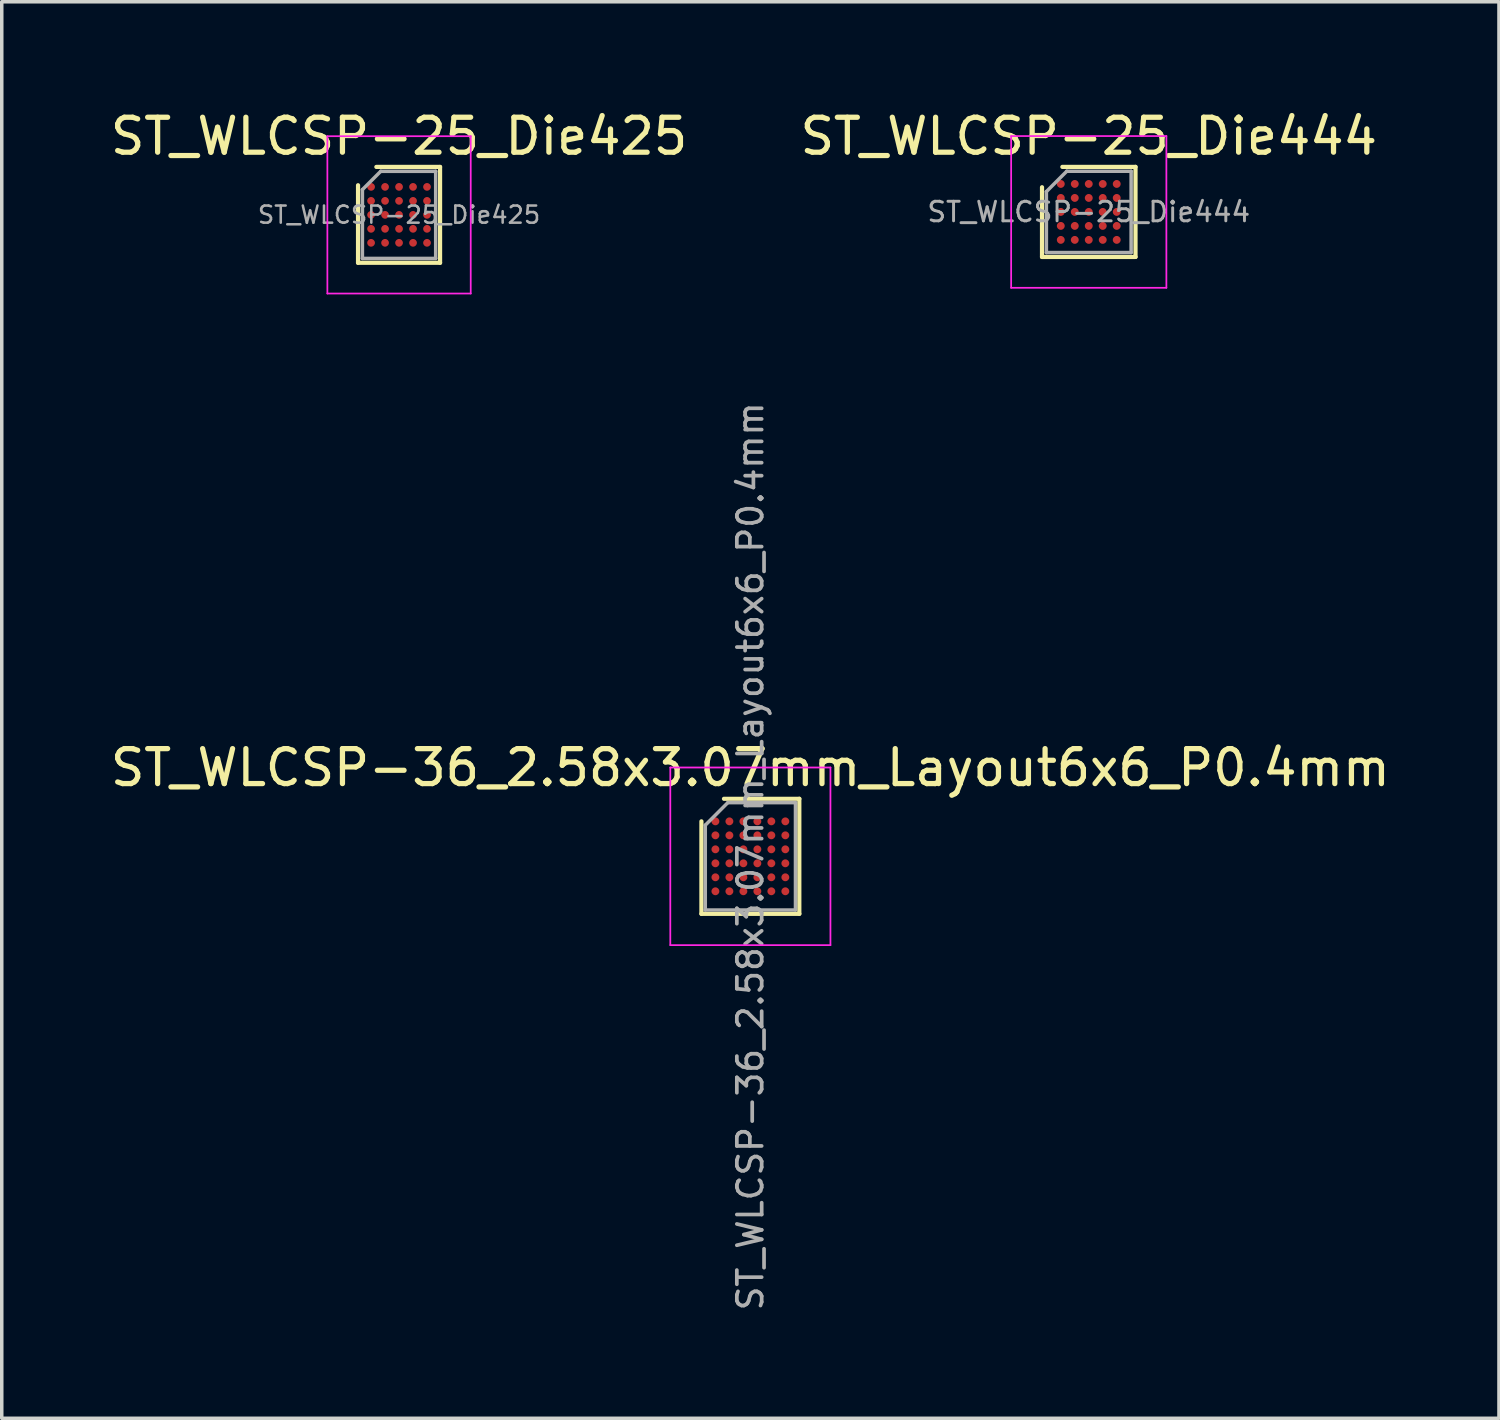
<source format=kicad_pcb>
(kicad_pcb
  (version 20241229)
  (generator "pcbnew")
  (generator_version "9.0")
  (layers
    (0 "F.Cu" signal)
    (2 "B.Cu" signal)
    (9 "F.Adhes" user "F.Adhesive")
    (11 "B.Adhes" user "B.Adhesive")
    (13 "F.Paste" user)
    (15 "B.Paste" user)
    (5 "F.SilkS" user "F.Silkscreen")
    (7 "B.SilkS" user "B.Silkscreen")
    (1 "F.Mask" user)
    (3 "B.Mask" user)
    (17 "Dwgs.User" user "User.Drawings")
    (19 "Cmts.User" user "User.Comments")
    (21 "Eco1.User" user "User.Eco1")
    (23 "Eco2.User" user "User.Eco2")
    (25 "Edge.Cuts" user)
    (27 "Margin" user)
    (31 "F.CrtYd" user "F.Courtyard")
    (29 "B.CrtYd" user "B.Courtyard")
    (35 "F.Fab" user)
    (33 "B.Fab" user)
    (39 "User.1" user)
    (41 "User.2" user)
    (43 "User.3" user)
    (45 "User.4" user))
  (footprint "ST_WLCSP-25_Die425"
    (layer "F.Cu")
    (at 8.363 3.095)
    (property "Reference" "ST_WLCSP-25_Die425" (at 0 -2.247 0) (layer "F.SilkS") (effects (font (size 1 1) (thickness 0.15))))
    (attr smd)
    (fp_line (start -1.173 1.371) (end -1.173 -0.847) (stroke (width 0.12) (type solid)) (layer "F.SilkS"))
    (fp_line (start -0.649 -1.371) (end 1.173 -1.371) (stroke (width 0.12) (type solid)) (layer "F.SilkS"))
    (fp_line (start 1.173 -1.371) (end 1.173 1.371) (stroke (width 0.12) (type solid)) (layer "F.SilkS"))
    (fp_line (start 1.173 1.371) (end -1.173 1.371) (stroke (width 0.12) (type solid)) (layer "F.SilkS"))
    (fp_line (start -2.05 -2.25) (end -2.05 2.25) (stroke (width 0.05) (type solid)) (layer "F.CrtYd"))
    (fp_line (start -2.05 2.25) (end 2.05 2.25) (stroke (width 0.05) (type solid)) (layer "F.CrtYd"))
    (fp_line (start 2.05 -2.25) (end -2.05 -2.25) (stroke (width 0.05) (type solid)) (layer "F.CrtYd"))
    (fp_line (start 2.05 2.25) (end 2.05 -2.25) (stroke (width 0.05) (type solid)) (layer "F.CrtYd"))
    (fp_line (start -1.048 -0.722) (end -0.524 -1.246) (stroke (width 0.1) (type solid)) (layer "F.Fab"))
    (fp_line (start -1.048 1.246) (end -1.048 -0.722) (stroke (width 0.1) (type solid)) (layer "F.Fab"))
    (fp_line (start -0.524 -1.246) (end 1.048 -1.246) (stroke (width 0.1) (type solid)) (layer "F.Fab"))
    (fp_line (start 1.048 -1.246) (end 1.048 1.246) (stroke (width 0.1) (type solid)) (layer "F.Fab"))
    (fp_line (start 1.048 1.246) (end -1.048 1.246) (stroke (width 0.1) (type solid)) (layer "F.Fab"))
    (fp_text user "${REFERENCE}" (at 0 0 0) (layer "F.Fab") (effects (font (size 0.49 0.49) (thickness 0.073))))
    (pad "A1" smd circle (at -0.8 -0.8) (size 0.22 0.22) (layers "F.Cu" "F.Mask" "F.Paste"))
    (pad "A2" smd circle (at -0.4 -0.8) (size 0.22 0.22) (layers "F.Cu" "F.Mask" "F.Paste"))
    (pad "A3" smd circle (at 0 -0.8) (size 0.22 0.22) (layers "F.Cu" "F.Mask" "F.Paste"))
    (pad "A4" smd circle (at 0.4 -0.8) (size 0.22 0.22) (layers "F.Cu" "F.Mask" "F.Paste"))
    (pad "A5" smd circle (at 0.8 -0.8) (size 0.22 0.22) (layers "F.Cu" "F.Mask" "F.Paste"))
    (pad "B1" smd circle (at -0.8 -0.4) (size 0.22 0.22) (layers "F.Cu" "F.Mask" "F.Paste"))
    (pad "B2" smd circle (at -0.4 -0.4) (size 0.22 0.22) (layers "F.Cu" "F.Mask" "F.Paste"))
    (pad "B3" smd circle (at 0 -0.4) (size 0.22 0.22) (layers "F.Cu" "F.Mask" "F.Paste"))
    (pad "B4" smd circle (at 0.4 -0.4) (size 0.22 0.22) (layers "F.Cu" "F.Mask" "F.Paste"))
    (pad "B5" smd circle (at 0.8 -0.4) (size 0.22 0.22) (layers "F.Cu" "F.Mask" "F.Paste"))
    (pad "C1" smd circle (at -0.8 0) (size 0.22 0.22) (layers "F.Cu" "F.Mask" "F.Paste"))
    (pad "C2" smd circle (at -0.4 0) (size 0.22 0.22) (layers "F.Cu" "F.Mask" "F.Paste"))
    (pad "C3" smd circle (at 0 0) (size 0.22 0.22) (layers "F.Cu" "F.Mask" "F.Paste"))
    (pad "C4" smd circle (at 0.4 0) (size 0.22 0.22) (layers "F.Cu" "F.Mask" "F.Paste"))
    (pad "C5" smd circle (at 0.8 0) (size 0.22 0.22) (layers "F.Cu" "F.Mask" "F.Paste"))
    (pad "D1" smd circle (at -0.8 0.4) (size 0.22 0.22) (layers "F.Cu" "F.Mask" "F.Paste"))
    (pad "D2" smd circle (at -0.4 0.4) (size 0.22 0.22) (layers "F.Cu" "F.Mask" "F.Paste"))
    (pad "D3" smd circle (at 0 0.4) (size 0.22 0.22) (layers "F.Cu" "F.Mask" "F.Paste"))
    (pad "D4" smd circle (at 0.4 0.4) (size 0.22 0.22) (layers "F.Cu" "F.Mask" "F.Paste"))
    (pad "D5" smd circle (at 0.8 0.4) (size 0.22 0.22) (layers "F.Cu" "F.Mask" "F.Paste"))
    (pad "E1" smd circle (at -0.8 0.8) (size 0.22 0.22) (layers "F.Cu" "F.Mask" "F.Paste"))
    (pad "E2" smd circle (at -0.4 0.8) (size 0.22 0.22) (layers "F.Cu" "F.Mask" "F.Paste"))
    (pad "E3" smd circle (at 0 0.8) (size 0.22 0.22) (layers "F.Cu" "F.Mask" "F.Paste"))
    (pad "E4" smd circle (at 0.4 0.8) (size 0.22 0.22) (layers "F.Cu" "F.Mask" "F.Paste"))
    (pad "E5" smd circle (at 0.8 0.8) (size 0.22 0.22) (layers "F.Cu" "F.Mask" "F.Paste")))
  (footprint "ST_WLCSP-36_2.58x3.07mm_Layout6x6_P0.4mm"
    (layer "F.Cu")
    (at 18.411 21.441)
    (property "Reference" "ST_WLCSP-36_2.58x3.07mm_Layout6x6_P0.4mm" (at 0 -2.535 0) (layer "F.SilkS") (effects (font (size 1 1) (thickness 0.15))))
    (attr smd)
    (fp_line (start -1.4 1.645) (end -1.4 -1) (stroke (width 0.12) (type solid)) (layer "F.SilkS"))
    (fp_line (start -0.755 -1.645) (end 1.4 -1.645) (stroke (width 0.12) (type solid)) (layer "F.SilkS"))
    (fp_line (start 1.4 -1.645) (end 1.4 1.645) (stroke (width 0.12) (type solid)) (layer "F.SilkS"))
    (fp_line (start 1.4 1.645) (end -1.4 1.645) (stroke (width 0.12) (type solid)) (layer "F.SilkS"))
    (fp_line (start -2.29 -2.54) (end -2.29 2.54) (stroke (width 0.05) (type solid)) (layer "F.CrtYd"))
    (fp_line (start -2.29 2.54) (end 2.29 2.54) (stroke (width 0.05) (type solid)) (layer "F.CrtYd"))
    (fp_line (start 2.29 -2.54) (end -2.29 -2.54) (stroke (width 0.05) (type solid)) (layer "F.CrtYd"))
    (fp_line (start 2.29 2.54) (end 2.29 -2.54) (stroke (width 0.05) (type solid)) (layer "F.CrtYd"))
    (fp_line (start -1.29 -0.89) (end -0.645 -1.535) (stroke (width 0.1) (type solid)) (layer "F.Fab"))
    (fp_line (start -1.29 1.535) (end -1.29 -0.89) (stroke (width 0.1) (type solid)) (layer "F.Fab"))
    (fp_line (start -0.645 -1.535) (end 1.29 -1.535) (stroke (width 0.1) (type solid)) (layer "F.Fab"))
    (fp_line (start 1.29 -1.535) (end 1.29 1.535) (stroke (width 0.1) (type solid)) (layer "F.Fab"))
    (fp_line (start 1.29 1.535) (end -1.29 1.535) (stroke (width 0.1) (type solid)) (layer "F.Fab"))
    (fp_text user "${REFERENCE}" (at 0 0 270) (layer "F.Fab") (effects (font (size 0.71 0.71) (thickness 0.106))))
    (pad "A1" smd circle (at -1 -1) (size 0.225 0.225) (layers "F.Cu" "F.Mask" "F.Paste"))
    (pad "A2" smd circle (at -0.6 -1) (size 0.225 0.225) (layers "F.Cu" "F.Mask" "F.Paste"))
    (pad "A3" smd circle (at -0.2 -1) (size 0.225 0.225) (layers "F.Cu" "F.Mask" "F.Paste"))
    (pad "A4" smd circle (at 0.2 -1) (size 0.225 0.225) (layers "F.Cu" "F.Mask" "F.Paste"))
    (pad "A5" smd circle (at 0.6 -1) (size 0.225 0.225) (layers "F.Cu" "F.Mask" "F.Paste"))
    (pad "A6" smd circle (at 1 -1) (size 0.225 0.225) (layers "F.Cu" "F.Mask" "F.Paste"))
    (pad "B1" smd circle (at -1 -0.6) (size 0.225 0.225) (layers "F.Cu" "F.Mask" "F.Paste"))
    (pad "B2" smd circle (at -0.6 -0.6) (size 0.225 0.225) (layers "F.Cu" "F.Mask" "F.Paste"))
    (pad "B3" smd circle (at -0.2 -0.6) (size 0.225 0.225) (layers "F.Cu" "F.Mask" "F.Paste"))
    (pad "B4" smd circle (at 0.2 -0.6) (size 0.225 0.225) (layers "F.Cu" "F.Mask" "F.Paste"))
    (pad "B5" smd circle (at 0.6 -0.6) (size 0.225 0.225) (layers "F.Cu" "F.Mask" "F.Paste"))
    (pad "B6" smd circle (at 1 -0.6) (size 0.225 0.225) (layers "F.Cu" "F.Mask" "F.Paste"))
    (pad "C1" smd circle (at -1 -0.2) (size 0.225 0.225) (layers "F.Cu" "F.Mask" "F.Paste"))
    (pad "C2" smd circle (at -0.6 -0.2) (size 0.225 0.225) (layers "F.Cu" "F.Mask" "F.Paste"))
    (pad "C3" smd circle (at -0.2 -0.2) (size 0.225 0.225) (layers "F.Cu" "F.Mask" "F.Paste"))
    (pad "C4" smd circle (at 0.2 -0.2) (size 0.225 0.225) (layers "F.Cu" "F.Mask" "F.Paste"))
    (pad "C5" smd circle (at 0.6 -0.2) (size 0.225 0.225) (layers "F.Cu" "F.Mask" "F.Paste"))
    (pad "C6" smd circle (at 1 -0.2) (size 0.225 0.225) (layers "F.Cu" "F.Mask" "F.Paste"))
    (pad "D1" smd circle (at -1 0.2) (size 0.225 0.225) (layers "F.Cu" "F.Mask" "F.Paste"))
    (pad "D2" smd circle (at -0.6 0.2) (size 0.225 0.225) (layers "F.Cu" "F.Mask" "F.Paste"))
    (pad "D3" smd circle (at -0.2 0.2) (size 0.225 0.225) (layers "F.Cu" "F.Mask" "F.Paste"))
    (pad "D4" smd circle (at 0.2 0.2) (size 0.225 0.225) (layers "F.Cu" "F.Mask" "F.Paste"))
    (pad "D5" smd circle (at 0.6 0.2) (size 0.225 0.225) (layers "F.Cu" "F.Mask" "F.Paste"))
    (pad "D6" smd circle (at 1 0.2) (size 0.225 0.225) (layers "F.Cu" "F.Mask" "F.Paste"))
    (pad "E1" smd circle (at -1 0.6) (size 0.225 0.225) (layers "F.Cu" "F.Mask" "F.Paste"))
    (pad "E2" smd circle (at -0.6 0.6) (size 0.225 0.225) (layers "F.Cu" "F.Mask" "F.Paste"))
    (pad "E3" smd circle (at -0.2 0.6) (size 0.225 0.225) (layers "F.Cu" "F.Mask" "F.Paste"))
    (pad "E4" smd circle (at 0.2 0.6) (size 0.225 0.225) (layers "F.Cu" "F.Mask" "F.Paste"))
    (pad "E5" smd circle (at 0.6 0.6) (size 0.225 0.225) (layers "F.Cu" "F.Mask" "F.Paste"))
    (pad "E6" smd circle (at 1 0.6) (size 0.225 0.225) (layers "F.Cu" "F.Mask" "F.Paste"))
    (pad "F1" smd circle (at -1 1) (size 0.225 0.225) (layers "F.Cu" "F.Mask" "F.Paste"))
    (pad "F2" smd circle (at -0.6 1) (size 0.225 0.225) (layers "F.Cu" "F.Mask" "F.Paste"))
    (pad "F3" smd circle (at -0.2 1) (size 0.225 0.225) (layers "F.Cu" "F.Mask" "F.Paste"))
    (pad "F4" smd circle (at 0.2 1) (size 0.225 0.225) (layers "F.Cu" "F.Mask" "F.Paste"))
    (pad "F5" smd circle (at 0.6 1) (size 0.225 0.225) (layers "F.Cu" "F.Mask" "F.Paste"))
    (pad "F6" smd circle (at 1 1) (size 0.225 0.225) (layers "F.Cu" "F.Mask" "F.Paste")))
  (footprint "ST_WLCSP-25_Die444"
    (layer "F.Cu")
    (at 28.089 3.011)
    (property "Reference" "ST_WLCSP-25_Die444" (at 0 -2.163 0) (layer "F.SilkS") (effects (font (size 1 1) (thickness 0.15))))
    (attr smd)
    (fp_line (start -1.337 1.288) (end -1.337 -0.706) (stroke (width 0.12) (type solid)) (layer "F.SilkS"))
    (fp_line (start -0.755 -1.288) (end 1.337 -1.288) (stroke (width 0.12) (type solid)) (layer "F.SilkS"))
    (fp_line (start 1.337 -1.288) (end 1.337 1.288) (stroke (width 0.12) (type solid)) (layer "F.SilkS"))
    (fp_line (start 1.337 1.288) (end -1.337 1.288) (stroke (width 0.12) (type solid)) (layer "F.SilkS"))
    (fp_line (start -2.22 -2.17) (end -2.22 2.17) (stroke (width 0.05) (type solid)) (layer "F.CrtYd"))
    (fp_line (start -2.22 2.17) (end 2.22 2.17) (stroke (width 0.05) (type solid)) (layer "F.CrtYd"))
    (fp_line (start 2.22 -2.17) (end -2.22 -2.17) (stroke (width 0.05) (type solid)) (layer "F.CrtYd"))
    (fp_line (start 2.22 2.17) (end 2.22 -2.17) (stroke (width 0.05) (type solid)) (layer "F.CrtYd"))
    (fp_line (start -1.212 -0.581) (end -0.63 -1.163) (stroke (width 0.1) (type solid)) (layer "F.Fab"))
    (fp_line (start -1.212 1.163) (end -1.212 -0.581) (stroke (width 0.1) (type solid)) (layer "F.Fab"))
    (fp_line (start -0.63 -1.163) (end 1.212 -1.163) (stroke (width 0.1) (type solid)) (layer "F.Fab"))
    (fp_line (start 1.212 -1.163) (end 1.212 1.163) (stroke (width 0.1) (type solid)) (layer "F.Fab"))
    (fp_line (start 1.212 1.163) (end -1.212 1.163) (stroke (width 0.1) (type solid)) (layer "F.Fab"))
    (fp_text user "${REFERENCE}" (at 0 0 0) (layer "F.Fab") (effects (font (size 0.56 0.56) (thickness 0.084))))
    (pad "A1" smd circle (at -0.8 -0.8) (size 0.225 0.225) (layers "F.Cu" "F.Mask" "F.Paste"))
    (pad "A2" smd circle (at -0.4 -0.8) (size 0.225 0.225) (layers "F.Cu" "F.Mask" "F.Paste"))
    (pad "A3" smd circle (at 0 -0.8) (size 0.225 0.225) (layers "F.Cu" "F.Mask" "F.Paste"))
    (pad "A4" smd circle (at 0.4 -0.8) (size 0.225 0.225) (layers "F.Cu" "F.Mask" "F.Paste"))
    (pad "A5" smd circle (at 0.8 -0.8) (size 0.225 0.225) (layers "F.Cu" "F.Mask" "F.Paste"))
    (pad "B1" smd circle (at -0.8 -0.4) (size 0.225 0.225) (layers "F.Cu" "F.Mask" "F.Paste"))
    (pad "B2" smd circle (at -0.4 -0.4) (size 0.225 0.225) (layers "F.Cu" "F.Mask" "F.Paste"))
    (pad "B3" smd circle (at 0 -0.4) (size 0.225 0.225) (layers "F.Cu" "F.Mask" "F.Paste"))
    (pad "B4" smd circle (at 0.4 -0.4) (size 0.225 0.225) (layers "F.Cu" "F.Mask" "F.Paste"))
    (pad "B5" smd circle (at 0.8 -0.4) (size 0.225 0.225) (layers "F.Cu" "F.Mask" "F.Paste"))
    (pad "C1" smd circle (at -0.8 0) (size 0.225 0.225) (layers "F.Cu" "F.Mask" "F.Paste"))
    (pad "C2" smd circle (at -0.4 0) (size 0.225 0.225) (layers "F.Cu" "F.Mask" "F.Paste"))
    (pad "C3" smd circle (at 0 0) (size 0.225 0.225) (layers "F.Cu" "F.Mask" "F.Paste"))
    (pad "C4" smd circle (at 0.4 0) (size 0.225 0.225) (layers "F.Cu" "F.Mask" "F.Paste"))
    (pad "C5" smd circle (at 0.8 0) (size 0.225 0.225) (layers "F.Cu" "F.Mask" "F.Paste"))
    (pad "D1" smd circle (at -0.8 0.4) (size 0.225 0.225) (layers "F.Cu" "F.Mask" "F.Paste"))
    (pad "D2" smd circle (at -0.4 0.4) (size 0.225 0.225) (layers "F.Cu" "F.Mask" "F.Paste"))
    (pad "D3" smd circle (at 0 0.4) (size 0.225 0.225) (layers "F.Cu" "F.Mask" "F.Paste"))
    (pad "D4" smd circle (at 0.4 0.4) (size 0.225 0.225) (layers "F.Cu" "F.Mask" "F.Paste"))
    (pad "D5" smd circle (at 0.8 0.4) (size 0.225 0.225) (layers "F.Cu" "F.Mask" "F.Paste"))
    (pad "E1" smd circle (at -0.8 0.8) (size 0.225 0.225) (layers "F.Cu" "F.Mask" "F.Paste"))
    (pad "E2" smd circle (at -0.4 0.8) (size 0.225 0.225) (layers "F.Cu" "F.Mask" "F.Paste"))
    (pad "E3" smd circle (at 0 0.8) (size 0.225 0.225) (layers "F.Cu" "F.Mask" "F.Paste"))
    (pad "E4" smd circle (at 0.4 0.8) (size 0.225 0.225) (layers "F.Cu" "F.Mask" "F.Paste"))
    (pad "E5" smd circle (at 0.8 0.8) (size 0.225 0.225) (layers "F.Cu" "F.Mask" "F.Paste")))
  (gr_rect
    (start -3 -3)
    (end 39.821 37.513)
    (stroke (width 0.1) (type default))
    (fill no)
    (layer "Edge.Cuts")))
</source>
